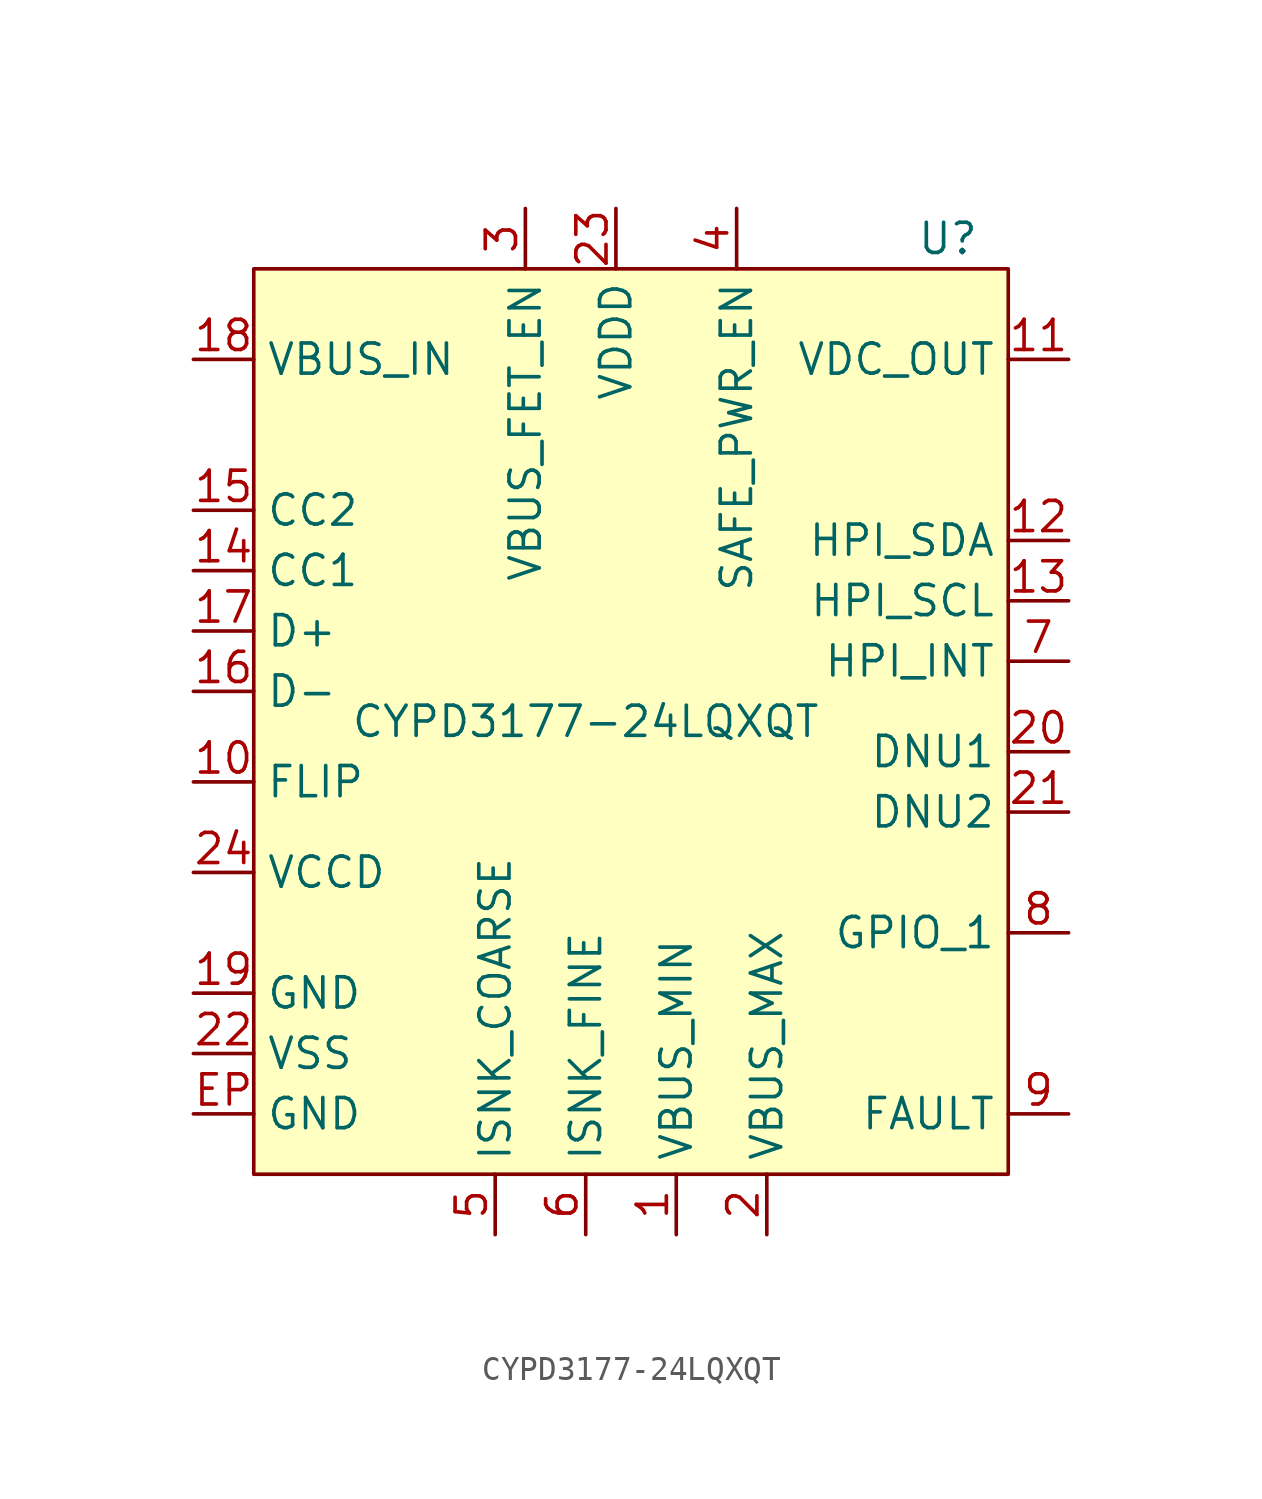
<source format=kicad_sym>
(kicad_symbol_lib
  (version 20220914)
  (generator kicad_symbol_editor)
  (symbol "CYPD3177-24LQXQT"
    (property "Reference" "U"
      (at 13.97 20.32 0)
      (effects (font (size 1.27 1.27))))
    (property "Value" "CYPD3177-24LQXQT"
      (at -1.27 0 0)
      (effects (font (size 1.27 1.27))))
    (symbol "CYPD3177-24LQXQT_1_0"
      (pin bidirectional line (at 19.05 7.62 180) (length 2.54) (name "HPI_SDA" (effects (font (size 1.27 1.27)))) (number "12" (effects (font (size 1.27 1.27)))))
      (pin input line (at 19.05 5.08 180) (length 2.54) (name "HPI_SCL" (effects (font (size 1.27 1.27)))) (number "13" (effects (font (size 1.27 1.27)))))
      (pin bidirectional line (at -17.78 6.35 0) (length 2.54) (name "CC1" (effects (font (size 1.27 1.27)))) (number "14" (effects (font (size 1.27 1.27)))))
      (pin bidirectional line (at -17.78 8.89 0) (length 2.54) (name "CC2" (effects (font (size 1.27 1.27)))) (number "15" (effects (font (size 1.27 1.27)))))
      (pin passive line (at -17.78 1.27 0) (length 2.54) (name "D-" (effects (font (size 1.27 1.27)))) (number "16" (effects (font (size 1.27 1.27)))))
      (pin passive line (at -17.78 3.81 0) (length 2.54) (name "D+" (effects (font (size 1.27 1.27)))) (number "17" (effects (font (size 1.27 1.27)))))
      (pin input line (at -17.78 15.24 0) (length 2.54) (name "VBUS_IN" (effects (font (size 1.27 1.27)))) (number "18" (effects (font (size 1.27 1.27)))))
      (pin passive line (at -17.78 -11.43 0) (length 2.54) (name "GND" (effects (font (size 1.27 1.27)))) (number "19" (effects (font (size 1.27 1.27)))))
      (pin passive line (at 19.05 -1.27 180) (length 2.54) (name "DNU1" (effects (font (size 1.27 1.27)))) (number "20" (effects (font (size 1.27 1.27)))))
      (pin passive line (at 19.05 -3.81 180) (length 2.54) (name "DNU2" (effects (font (size 1.27 1.27)))) (number "21" (effects (font (size 1.27 1.27)))))
      (pin passive line (at -17.78 -13.97 0) (length 2.54) (name "VSS" (effects (font (size 1.27 1.27)))) (number "22" (effects (font (size 1.27 1.27)))))
      (pin output line (at 0 21.59 270) (length 2.54) (name "VDDD" (effects (font (size 1.27 1.27)))) (number "23" (effects (font (size 1.27 1.27)))))
      (pin output line (at -17.78 -6.35 0) (length 2.54) (name "VCCD" (effects (font (size 1.27 1.27)))) (number "24" (effects (font (size 1.27 1.27)))))
      (pin passive line (at -17.78 -16.51 0) (length 2.54) (name "GND" (effects (font (size 1.27 1.27)))) (number "EP" (effects (font (size 1.27 1.27))))))
    (symbol "CYPD3177-24LQXQT_1_1"
      (rectangle (start -15.24 19.05) (end 16.51 -19.05) (stroke (width 0) (type default)) (fill (type background)))
      (pin input line (at 2.54 -21.59 90) (length 2.54) (name "VBUS_MIN" (effects (font (size 1.27 1.27)))) (number "1" (effects (font (size 1.27 1.27)))))
      (pin open_collector line (at -17.78 -2.54 0) (length 2.54) (name "FLIP" (effects (font (size 1.27 1.27)))) (number "10" (effects (font (size 1.27 1.27)))))
      (pin input line (at 19.05 15.24 180) (length 2.54) (name "VDC_OUT" (effects (font (size 1.27 1.27)))) (number "11" (effects (font (size 1.27 1.27)))))
      (pin input line (at 6.35 -21.59 90) (length 2.54) (name "VBUS_MAX" (effects (font (size 1.27 1.27)))) (number "2" (effects (font (size 1.27 1.27)))))
      (pin output line (at -3.81 21.59 270) (length 2.54) (name "VBUS_FET_EN" (effects (font (size 1.27 1.27)))) (number "3" (effects (font (size 1.27 1.27)))))
      (pin output line (at 5.08 21.59 270) (length 2.54) (name "SAFE_PWR_EN" (effects (font (size 1.27 1.27)))) (number "4" (effects (font (size 1.27 1.27)))))
      (pin input line (at -5.08 -21.59 90) (length 2.54) (name "ISNK_COARSE" (effects (font (size 1.27 1.27)))) (number "5" (effects (font (size 1.27 1.27)))))
      (pin input line (at -1.27 -21.59 90) (length 2.54) (name "ISNK_FINE" (effects (font (size 1.27 1.27)))) (number "6" (effects (font (size 1.27 1.27)))))
      (pin output line (at 19.05 2.54 180) (length 2.54) (name "HPI_INT" (effects (font (size 1.27 1.27)))) (number "7" (effects (font (size 1.27 1.27)))))
      (pin passive line (at 19.05 -8.89 180) (length 2.54) (name "GPIO_1" (effects (font (size 1.27 1.27)))) (number "8" (effects (font (size 1.27 1.27)))))
      (pin output line (at 19.05 -16.51 180) (length 2.54) (name "FAULT" (effects (font (size 1.27 1.27)))) (number "9" (effects (font (size 1.27 1.27))))))))
</source>
